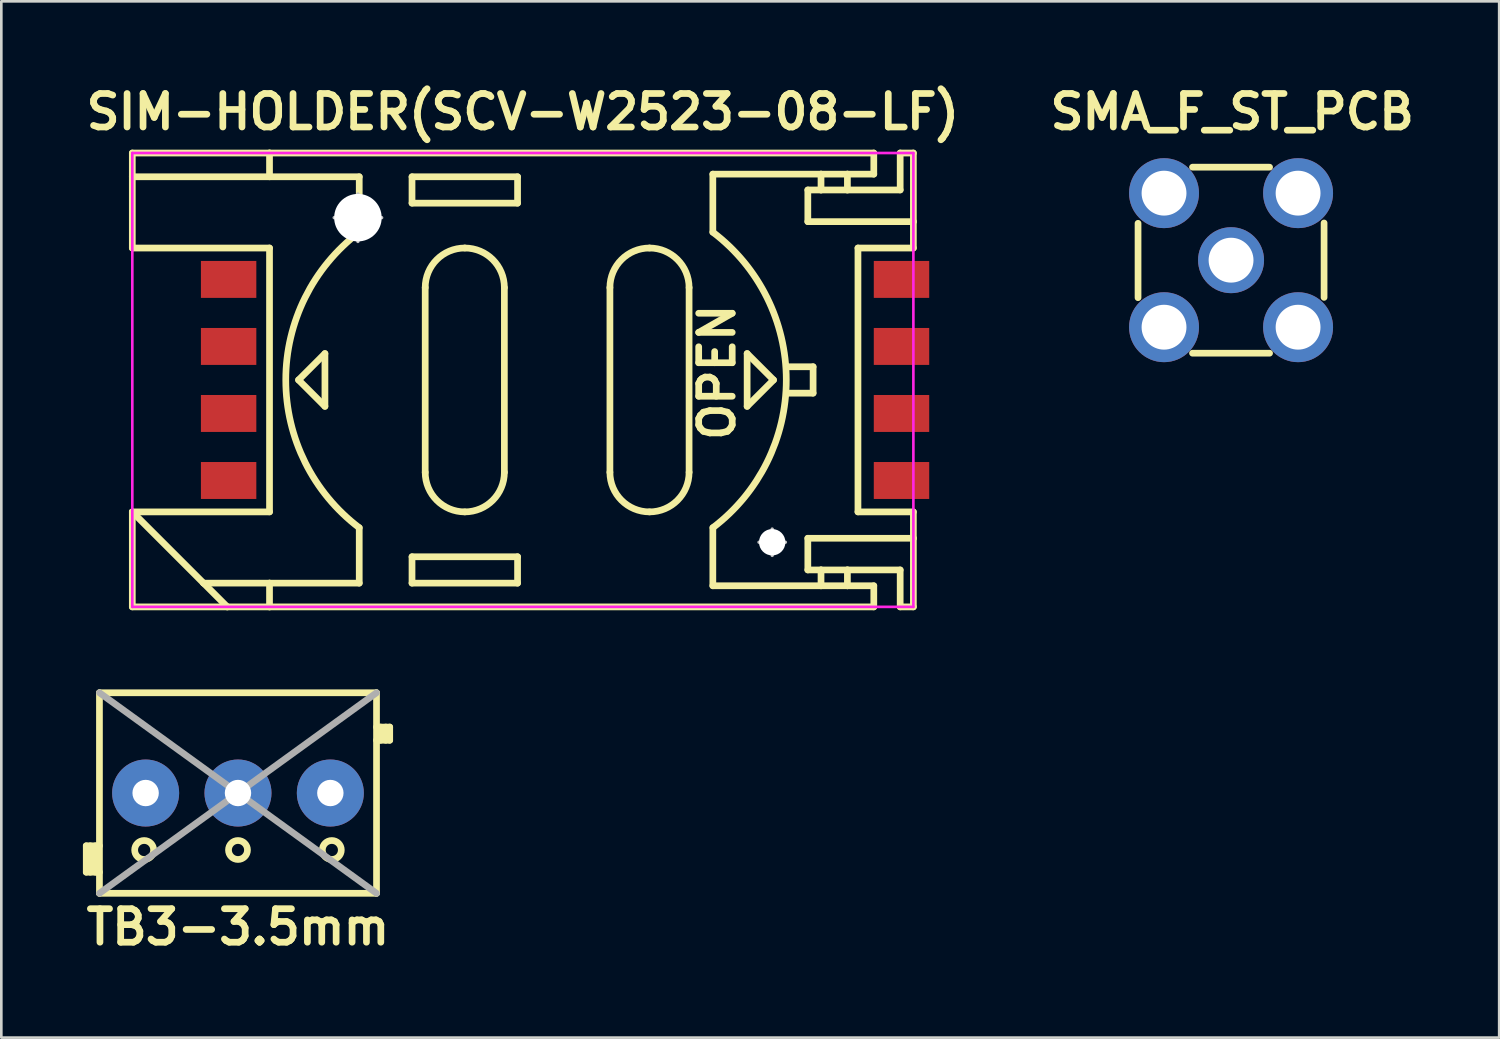
<source format=kicad_pcb>
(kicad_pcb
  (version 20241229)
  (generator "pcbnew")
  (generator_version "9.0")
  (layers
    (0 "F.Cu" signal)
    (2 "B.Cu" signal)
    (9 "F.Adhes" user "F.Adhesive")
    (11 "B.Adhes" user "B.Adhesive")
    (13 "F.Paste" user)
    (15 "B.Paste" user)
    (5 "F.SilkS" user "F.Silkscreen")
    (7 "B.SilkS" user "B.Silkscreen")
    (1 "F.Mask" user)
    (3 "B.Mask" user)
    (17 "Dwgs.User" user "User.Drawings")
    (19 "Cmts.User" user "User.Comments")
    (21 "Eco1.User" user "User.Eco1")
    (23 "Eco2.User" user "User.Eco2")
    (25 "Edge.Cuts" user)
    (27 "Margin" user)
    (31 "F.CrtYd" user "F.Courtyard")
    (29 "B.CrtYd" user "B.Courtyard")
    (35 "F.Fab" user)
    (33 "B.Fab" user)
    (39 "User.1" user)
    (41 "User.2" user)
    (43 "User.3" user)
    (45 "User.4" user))
  (footprint "SMA_F_ST_PCB"
    (layer "F.Cu")
    (at 43.603 6.81)
    (property "Reference" "SMA_F_ST_PCB" (at 0.043 -5.621 0) (layer "F.SilkS") (effects (font (size 1.27 1.27) (thickness 0.254))))
    (attr smd)
    (fp_line (start -3.525 -1.397) (end -3.525 1.422) (stroke (width 0.254) (type solid)) (layer "F.SilkS"))
    (fp_line (start -1.46 -3.525) (end 1.46 -3.525) (stroke (width 0.254) (type solid)) (layer "F.SilkS"))
    (fp_line (start -1.46 3.525) (end 1.46 3.525) (stroke (width 0.254) (type solid)) (layer "F.SilkS"))
    (fp_line (start 3.525 -1.41) (end 3.525 1.41) (stroke (width 0.254) (type solid)) (layer "F.SilkS"))
    (pad "1" thru_hole circle (at 0 0) (size 2.5 2.5) (drill 1.7) (layers "*.Cu" "*.Mask"))
    (pad "2" thru_hole circle (at -2.54 -2.54) (size 2.65 2.65) (drill 1.7) (layers "*.Cu" "*.Mask"))
    (pad "3" thru_hole circle (at 2.54 -2.54) (size 2.65 2.65) (drill 1.7) (layers "*.Cu" "*.Mask"))
    (pad "4" thru_hole circle (at 2.54 2.54) (size 2.65 2.65) (drill 1.7) (layers "*.Cu" "*.Mask"))
    (pad "5" thru_hole circle (at -2.54 2.54) (size 2.65 2.65) (drill 1.7) (layers "*.Cu" "*.Mask")))
  (footprint "TB3-3.5mm"
    (layer "F.Cu")
    (at 5.969 27.003)
    (property "Reference" "TB3-3.5mm" (at 0 5.08 0) (layer "F.SilkS") (effects (font (size 1.27 1.27) (thickness 0.254))))
    (attr smd)
    (fp_line (start -5.75 2) (end -5.75 3) (stroke (width 0.254) (type solid)) (layer "F.SilkS"))
    (fp_line (start -5.75 2) (end -5.25 2) (stroke (width 0.254) (type solid)) (layer "F.SilkS"))
    (fp_line (start -5.75 3) (end -5.25 3) (stroke (width 0.254) (type solid)) (layer "F.SilkS"))
    (fp_line (start -5.6 2) (end -5.6 3) (stroke (width 0.254) (type solid)) (layer "F.SilkS"))
    (fp_line (start -5.4 2) (end -5.4 3) (stroke (width 0.254) (type solid)) (layer "F.SilkS"))
    (fp_line (start -5.25 -3.8) (end 5.25 -3.8) (stroke (width 0.254) (type solid)) (layer "F.SilkS"))
    (fp_line (start -5.25 3.8) (end -5.25 -3.8) (stroke (width 0.254) (type solid)) (layer "F.SilkS"))
    (fp_line (start 5.25 -2.5) (end 5.75 -2.5) (stroke (width 0.254) (type solid)) (layer "F.SilkS"))
    (fp_line (start 5.25 3.8) (end -5.25 3.8) (stroke (width 0.254) (type solid)) (layer "F.SilkS"))
    (fp_line (start 5.25 3.8) (end 5.25 -3.8) (stroke (width 0.254) (type solid)) (layer "F.SilkS"))
    (fp_line (start 5.4 -2.5) (end 5.4 -2) (stroke (width 0.254) (type solid)) (layer "F.SilkS"))
    (fp_line (start 5.6 -2.5) (end 5.6 -2) (stroke (width 0.254) (type solid)) (layer "F.SilkS"))
    (fp_line (start 5.75 -2.5) (end 5.75 -2) (stroke (width 0.254) (type solid)) (layer "F.SilkS"))
    (fp_line (start 5.75 -2) (end 5.25 -2) (stroke (width 0.254) (type solid)) (layer "F.SilkS"))
    (fp_circle (center -3.556 2.159) (end -3.302 2.413) (stroke (width 0.254) (type solid)) (fill no) (layer "F.SilkS"))
    (fp_circle (center 0 2.159) (end 0.254 2.413) (stroke (width 0.254) (type solid)) (fill no) (layer "F.SilkS"))
    (fp_circle (center 3.556 2.159) (end 3.81 2.413) (stroke (width 0.254) (type solid)) (fill no) (layer "F.SilkS"))
    (fp_line (start -5.25 -3.8) (end 5.25 3.8) (stroke (width 0.254) (type solid)) (layer "F.Fab"))
    (fp_line (start 5.25 -3.8) (end -5.25 3.8) (stroke (width 0.254) (type solid)) (layer "F.Fab"))
    (pad "1" thru_hole circle (at -3.5 0) (size 2.54 2.54) (drill 1) (layers "*.Cu" "*.Mask"))
    (pad "2" thru_hole circle (at 0 0) (size 2.54 2.54) (drill 1) (layers "*.Cu" "*.Mask"))
    (pad "3" thru_hole circle (at 3.5 0) (size 2.54 2.54) (drill 1) (layers "*.Cu" "*.Mask")))
  (footprint "SIM-HOLDER(SCV-W2523-08-LF)"
    (layer "F.Cu")
    (at 16.764 11.349)
    (property "Reference" "SIM-HOLDER(SCV-W2523-08-LF)" (at 0 -10.16 0) (layer "F.SilkS") (effects (font (size 1.27 1.27) (thickness 0.254))))
    (attr smd)
    (fp_line (start -14.8 -8.6) (end -9.6 -8.6) (stroke (width 0.254) (type solid)) (layer "F.SilkS"))
    (fp_line (start -14.8 -7.7) (end -14.8 -8.6) (stroke (width 0.254) (type solid)) (layer "F.SilkS"))
    (fp_line (start -14.8 -7.7) (end -9.6 -7.7) (stroke (width 0.254) (type solid)) (layer "F.SilkS"))
    (fp_line (start -14.8 -5) (end -14.8 -7.7) (stroke (width 0.254) (type solid)) (layer "F.SilkS"))
    (fp_line (start -14.8 5) (end -12.1 7.7) (stroke (width 0.254) (type solid)) (layer "F.SilkS"))
    (fp_line (start -14.8 5) (end -9.6 5) (stroke (width 0.254) (type solid)) (layer "F.SilkS"))
    (fp_line (start -14.8 8.6) (end -14.8 5) (stroke (width 0.254) (type solid)) (layer "F.SilkS"))
    (fp_line (start -12.1 7.7) (end -11.2 8.6) (stroke (width 0.254) (type solid)) (layer "F.SilkS"))
    (fp_line (start -11.2 8.6) (end -14.8 8.6) (stroke (width 0.254) (type solid)) (layer "F.SilkS"))
    (fp_line (start -9.6 -8.6) (end 13.3 -8.6) (stroke (width 0.254) (type solid)) (layer "F.SilkS"))
    (fp_line (start -9.6 -7.7) (end -9.6 -8.6) (stroke (width 0.254) (type solid)) (layer "F.SilkS"))
    (fp_line (start -9.6 -7.7) (end -6.2 -7.7) (stroke (width 0.254) (type solid)) (layer "F.SilkS"))
    (fp_line (start -9.6 -5) (end -14.8 -5) (stroke (width 0.254) (type solid)) (layer "F.SilkS"))
    (fp_line (start -9.6 5) (end -9.6 -5) (stroke (width 0.254) (type solid)) (layer "F.SilkS"))
    (fp_line (start -9.6 7.7) (end -12.1 7.7) (stroke (width 0.254) (type solid)) (layer "F.SilkS"))
    (fp_line (start -9.6 7.7) (end -9.6 8.6) (stroke (width 0.254) (type solid)) (layer "F.SilkS"))
    (fp_line (start -9.6 8.6) (end -11.2 8.6) (stroke (width 0.254) (type solid)) (layer "F.SilkS"))
    (fp_line (start -8.5 0) (end -7.5 -1) (stroke (width 0.254) (type solid)) (layer "F.SilkS"))
    (fp_line (start -7.5 -1) (end -7.5 1) (stroke (width 0.254) (type solid)) (layer "F.SilkS"))
    (fp_line (start -7.5 1) (end -8.5 0) (stroke (width 0.254) (type solid)) (layer "F.SilkS"))
    (fp_line (start -6.2 -5.6) (end -6.2 -7.7) (stroke (width 0.254) (type solid)) (layer "F.SilkS"))
    (fp_line (start -6.2 5.6) (end -6.2 7.7) (stroke (width 0.254) (type solid)) (layer "F.SilkS"))
    (fp_line (start -6.2 7.7) (end -9.6 7.7) (stroke (width 0.254) (type solid)) (layer "F.SilkS"))
    (fp_line (start -4.2 -7.7) (end -4.2 -6.7) (stroke (width 0.254) (type solid)) (layer "F.SilkS"))
    (fp_line (start -4.2 -7.7) (end -0.2 -7.7) (stroke (width 0.254) (type solid)) (layer "F.SilkS"))
    (fp_line (start -4.2 -6.7) (end -0.2 -6.7) (stroke (width 0.254) (type solid)) (layer "F.SilkS"))
    (fp_line (start -4.2 6.7) (end -4.2 7.7) (stroke (width 0.254) (type solid)) (layer "F.SilkS"))
    (fp_line (start -4.2 6.7) (end -0.2 6.7) (stroke (width 0.254) (type solid)) (layer "F.SilkS"))
    (fp_line (start -4.2 7.7) (end -0.2 7.7) (stroke (width 0.254) (type solid)) (layer "F.SilkS"))
    (fp_line (start -3.7 3.5) (end -3.7 -3.5) (stroke (width 0.254) (type solid)) (layer "F.SilkS"))
    (fp_line (start -0.7 -3.5) (end -0.7 3.5) (stroke (width 0.254) (type solid)) (layer "F.SilkS"))
    (fp_line (start -0.2 -7.7) (end -0.2 -6.7) (stroke (width 0.254) (type solid)) (layer "F.SilkS"))
    (fp_line (start -0.2 6.7) (end -0.2 7.7) (stroke (width 0.254) (type solid)) (layer "F.SilkS"))
    (fp_line (start 3.3 3.5) (end 3.3 -3.5) (stroke (width 0.254) (type solid)) (layer "F.SilkS"))
    (fp_line (start 6.3 -3.5) (end 6.3 3.5) (stroke (width 0.254) (type solid)) (layer "F.SilkS"))
    (fp_line (start 7.2 -7.8) (end 11.3 -7.8) (stroke (width 0.254) (type solid)) (layer "F.SilkS"))
    (fp_line (start 7.2 -5.6) (end 7.2 -7.8) (stroke (width 0.254) (type solid)) (layer "F.SilkS"))
    (fp_line (start 7.2 5.6) (end 7.2 7.8) (stroke (width 0.254) (type solid)) (layer "F.SilkS"))
    (fp_line (start 7.2 7.8) (end 11.3 7.8) (stroke (width 0.254) (type solid)) (layer "F.SilkS"))
    (fp_line (start 8.5 -1) (end 8.5 1) (stroke (width 0.254) (type solid)) (layer "F.SilkS"))
    (fp_line (start 8.5 1) (end 9.5 0) (stroke (width 0.254) (type solid)) (layer "F.SilkS"))
    (fp_line (start 9.5 0) (end 8.5 -1) (stroke (width 0.254) (type solid)) (layer "F.SilkS"))
    (fp_line (start 10 -0.5) (end 11 -0.5) (stroke (width 0.254) (type solid)) (layer "F.SilkS"))
    (fp_line (start 10.8 -6) (end 10.8 -7.2) (stroke (width 0.254) (type solid)) (layer "F.SilkS"))
    (fp_line (start 10.8 6) (end 10.8 7.2) (stroke (width 0.254) (type solid)) (layer "F.SilkS"))
    (fp_line (start 11 -0.5) (end 11 0.5) (stroke (width 0.254) (type solid)) (layer "F.SilkS"))
    (fp_line (start 11 0.5) (end 10 0.5) (stroke (width 0.254) (type solid)) (layer "F.SilkS"))
    (fp_line (start 11.3 -7.8) (end 12.3 -7.8) (stroke (width 0.254) (type solid)) (layer "F.SilkS"))
    (fp_line (start 11.3 -7.2) (end 10.8 -7.2) (stroke (width 0.254) (type solid)) (layer "F.SilkS"))
    (fp_line (start 11.3 -7.2) (end 11.3 -7.8) (stroke (width 0.254) (type solid)) (layer "F.SilkS"))
    (fp_line (start 11.3 7.2) (end 10.8 7.2) (stroke (width 0.254) (type solid)) (layer "F.SilkS"))
    (fp_line (start 11.3 7.2) (end 11.3 7.8) (stroke (width 0.254) (type solid)) (layer "F.SilkS"))
    (fp_line (start 11.3 7.8) (end 12.3 7.8) (stroke (width 0.254) (type solid)) (layer "F.SilkS"))
    (fp_line (start 12.3 -7.8) (end 13.3 -7.8) (stroke (width 0.254) (type solid)) (layer "F.SilkS"))
    (fp_line (start 12.3 -7.2) (end 11.3 -7.2) (stroke (width 0.254) (type solid)) (layer "F.SilkS"))
    (fp_line (start 12.3 -7.2) (end 12.3 -7.8) (stroke (width 0.254) (type solid)) (layer "F.SilkS"))
    (fp_line (start 12.3 7.2) (end 11.3 7.2) (stroke (width 0.254) (type solid)) (layer "F.SilkS"))
    (fp_line (start 12.3 7.2) (end 12.3 7.8) (stroke (width 0.254) (type solid)) (layer "F.SilkS"))
    (fp_line (start 12.3 7.8) (end 13.3 7.8) (stroke (width 0.254) (type solid)) (layer "F.SilkS"))
    (fp_line (start 12.7 -5) (end 12.7 5) (stroke (width 0.254) (type solid)) (layer "F.SilkS"))
    (fp_line (start 12.7 5) (end 14.8 5) (stroke (width 0.254) (type solid)) (layer "F.SilkS"))
    (fp_line (start 13.3 -8.6) (end 13.3 -7.8) (stroke (width 0.254) (type solid)) (layer "F.SilkS"))
    (fp_line (start 13.3 8.6) (end -9.6 8.6) (stroke (width 0.254) (type solid)) (layer "F.SilkS"))
    (fp_line (start 13.3 8.6) (end 13.3 7.8) (stroke (width 0.254) (type solid)) (layer "F.SilkS"))
    (fp_line (start 14.3 -8.6) (end 14.8 -8.6) (stroke (width 0.254) (type solid)) (layer "F.SilkS"))
    (fp_line (start 14.3 -7.2) (end 12.3 -7.2) (stroke (width 0.254) (type solid)) (layer "F.SilkS"))
    (fp_line (start 14.3 -7.2) (end 14.3 -8.6) (stroke (width 0.254) (type solid)) (layer "F.SilkS"))
    (fp_line (start 14.3 7.2) (end 12.3 7.2) (stroke (width 0.254) (type solid)) (layer "F.SilkS"))
    (fp_line (start 14.3 7.2) (end 14.3 8.6) (stroke (width 0.254) (type solid)) (layer "F.SilkS"))
    (fp_line (start 14.8 -8.6) (end 14.8 -6) (stroke (width 0.254) (type solid)) (layer "F.SilkS"))
    (fp_line (start 14.8 -6) (end 10.8 -6) (stroke (width 0.254) (type solid)) (layer "F.SilkS"))
    (fp_line (start 14.8 -6) (end 14.8 -5) (stroke (width 0.254) (type solid)) (layer "F.SilkS"))
    (fp_line (start 14.8 -5) (end 12.7 -5) (stroke (width 0.254) (type solid)) (layer "F.SilkS"))
    (fp_line (start 14.8 5) (end 14.8 6) (stroke (width 0.254) (type solid)) (layer "F.SilkS"))
    (fp_line (start 14.8 6) (end 10.8 6) (stroke (width 0.254) (type solid)) (layer "F.SilkS"))
    (fp_line (start 14.8 6) (end 14.8 8.6) (stroke (width 0.254) (type solid)) (layer "F.SilkS"))
    (fp_line (start 14.8 8.6) (end 14.3 8.6) (stroke (width 0.254) (type solid)) (layer "F.SilkS"))
    (fp_arc (start -6.2 5.6) (mid -8.984073 0.002338) (end -6.203728 -5.597176) (stroke (width 0.254) (type solid)) (layer "F.SilkS"))
    (fp_arc (start -3.7 -3.5) (mid -3.26066 -4.56066) (end -2.2 -5) (stroke (width 0.254) (type solid)) (layer "F.SilkS"))
    (fp_arc (start -2.2 -5) (mid -1.13934 -4.56066) (end -0.7 -3.5) (stroke (width 0.254) (type solid)) (layer "F.SilkS"))
    (fp_arc (start -2.2 5) (mid -3.26066 4.56066) (end -3.7 3.5) (stroke (width 0.254) (type solid)) (layer "F.SilkS"))
    (fp_arc (start -0.7 3.5) (mid -1.13934 4.56066) (end -2.2 5) (stroke (width 0.254) (type solid)) (layer "F.SilkS"))
    (fp_arc (start 3.3 -3.5) (mid 3.73934 -4.56066) (end 4.8 -5) (stroke (width 0.254) (type solid)) (layer "F.SilkS"))
    (fp_arc (start 4.8 -5) (mid 5.86066 -4.56066) (end 6.3 -3.5) (stroke (width 0.254) (type solid)) (layer "F.SilkS"))
    (fp_arc (start 4.8 5) (mid 3.73934 4.56066) (end 3.3 3.5) (stroke (width 0.254) (type solid)) (layer "F.SilkS"))
    (fp_arc (start 6.3 3.5) (mid 5.86066 4.56066) (end 4.8 5) (stroke (width 0.254) (type solid)) (layer "F.SilkS"))
    (fp_arc (start 7.2 -5.6) (mid 9.984073 -0.002338) (end 7.203728 5.597176) (stroke (width 0.254) (type solid)) (layer "F.SilkS"))
    (fp_line (start -7.15 -6.15) (end -5.35 -6.15) (stroke (width 0.127) (type solid)) (layer "Dwgs.User"))
    (fp_line (start -6.25 -5.248) (end -6.25 -7.048) (stroke (width 0.127) (type solid)) (layer "Dwgs.User"))
    (fp_line (start 8.95 6.15) (end 9.95 6.15) (stroke (width 0.127) (type solid)) (layer "Dwgs.User"))
    (fp_line (start 9.45 6.65) (end 9.45 5.65) (stroke (width 0.127) (type solid)) (layer "Dwgs.User"))
    (fp_circle (center -6.25 -6.15) (end -6.7 -6.6) (stroke (width 0.127) (type solid)) (fill no) (layer "Dwgs.User"))
    (fp_circle (center 9.45 6.15) (end 9.7 6.4) (stroke (width 0.127) (type solid)) (fill no) (layer "Dwgs.User"))
    (fp_line (start -14.8 -8.6) (end 14.8 -8.6) (stroke (width 0.1) (type solid)) (layer "F.CrtYd"))
    (fp_line (start -14.8 8.6) (end -14.8 -8.6) (stroke (width 0.1) (type solid)) (layer "F.CrtYd"))
    (fp_line (start -14.8 8.6) (end 14.8 8.6) (stroke (width 0.1) (type solid)) (layer "F.CrtYd"))
    (fp_line (start 14.8 8.6) (end 14.8 -8.6) (stroke (width 0.1) (type solid)) (layer "F.CrtYd"))
    (fp_text user "OPEN" (at 7.36 -0.29 90) (layer "F.SilkS") (effects (font (size 1.27 1.27) (thickness 0.254))))
    (pad "" np_thru_hole circle (at -6.25 -6.15) (size 1.8 1.8) (drill 1.8) (layers "*.Cu" "*.Mask"))
    (pad "" np_thru_hole circle (at 9.45 6.15) (size 1 1) (drill 1) (layers "*.Cu" "*.Mask"))
    (pad "1" smd rect (at 14.35 -3.81) (size 2.1 1.4) (layers "F.Cu" "F.Mask" "F.Paste"))
    (pad "2" smd rect (at 14.35 -1.27) (size 2.1 1.4) (layers "F.Cu" "F.Mask" "F.Paste"))
    (pad "3" smd rect (at 14.35 1.27) (size 2.1 1.4) (layers "F.Cu" "F.Mask" "F.Paste"))
    (pad "4" smd rect (at 14.35 3.81) (size 2.1 1.4) (layers "F.Cu" "F.Mask" "F.Paste"))
    (pad "5" smd rect (at -11.15 -3.81) (size 2.1 1.4) (layers "F.Cu" "F.Mask" "F.Paste"))
    (pad "6" smd rect (at -11.15 -1.27) (size 2.1 1.4) (layers "F.Cu" "F.Mask" "F.Paste"))
    (pad "7" smd rect (at -11.15 1.27) (size 2.1 1.4) (layers "F.Cu" "F.Mask" "F.Paste"))
    (pad "8" smd rect (at -11.15 3.81) (size 2.1 1.4) (layers "F.Cu" "F.Mask" "F.Paste")))
  (gr_rect
    (start -3 -3)
    (end 53.764 36.271)
    (stroke (width 0.1) (type default))
    (fill no)
    (layer "Edge.Cuts")))
</source>
